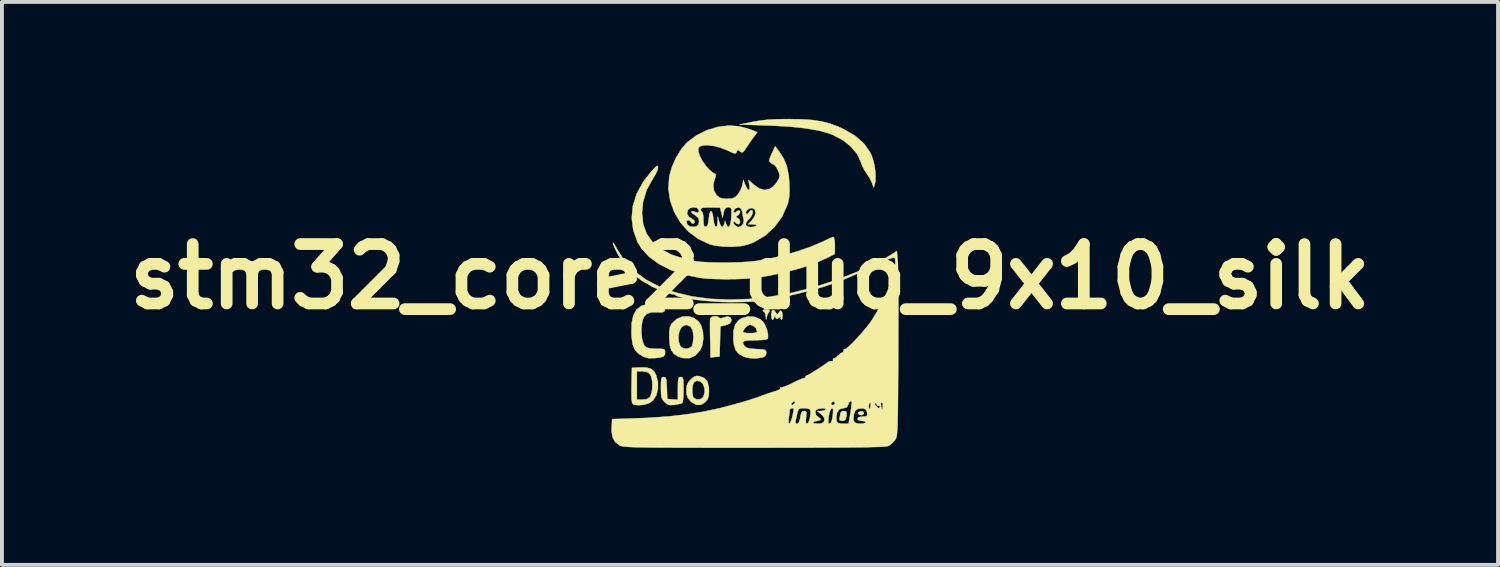
<source format=kicad_pcb>
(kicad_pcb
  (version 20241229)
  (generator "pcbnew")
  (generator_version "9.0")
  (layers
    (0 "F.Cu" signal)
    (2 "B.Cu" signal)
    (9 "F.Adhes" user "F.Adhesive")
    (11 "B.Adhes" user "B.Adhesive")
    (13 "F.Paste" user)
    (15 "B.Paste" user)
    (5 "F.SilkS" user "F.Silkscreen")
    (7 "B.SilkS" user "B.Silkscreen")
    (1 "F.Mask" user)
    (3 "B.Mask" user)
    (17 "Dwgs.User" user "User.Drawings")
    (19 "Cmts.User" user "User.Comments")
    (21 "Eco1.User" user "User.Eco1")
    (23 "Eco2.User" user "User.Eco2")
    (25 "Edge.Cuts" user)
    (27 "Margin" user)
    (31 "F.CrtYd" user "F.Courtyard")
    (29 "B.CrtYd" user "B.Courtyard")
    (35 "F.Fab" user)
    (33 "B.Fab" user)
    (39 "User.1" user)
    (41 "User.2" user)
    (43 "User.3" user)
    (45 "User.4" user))
  (footprint "stm32_core2_duo_9x10_silk"
    (layer "F.Cu")
    (at 16.191 4.046)
    (property "Reference" "stm32_core2_duo_9x10_silk" (at 0 0 0) (layer "F.SilkS") (effects (font (size 1.524 1.524) (thickness 0.3))))
    (attr through_hole)
    (fp_poly (pts (xy -2.116 -2.982) (xy -2.112 -2.926) (xy -2.119 -2.913) (xy -2.135 -2.924) (xy -2.138 -2.96) (xy -2.129 -2.999) (xy -2.116 -2.982)) (stroke (width 0.01) (type solid)) (fill yes) (layer "F.Mask"))
    (fp_poly (pts (xy 2.889 3.458) (xy 2.902 3.465) (xy 2.924 3.508) (xy 2.919 3.522) (xy 2.865 3.554) (xy 2.799 3.542) (xy 2.776 3.519) (xy 2.781 3.481) (xy 2.829 3.456) (xy 2.889 3.458)) (stroke (width 0.01) (type solid)) (fill yes) (layer "F.SilkS"))
    (fp_poly (pts (xy 2.461 3.456) (xy 2.479 3.496) (xy 2.474 3.574) (xy 2.456 3.661) (xy 2.417 3.696) (xy 2.369 3.701) (xy 2.304 3.691) (xy 2.293 3.647) (xy 2.299 3.619) (xy 2.317 3.535) (xy 2.322 3.493) (xy 2.353 3.457) (xy 2.406 3.447) (xy 2.461 3.456)) (stroke (width 0.01) (type solid)) (fill yes) (layer "F.SilkS"))
    (fp_poly (pts (xy 0.493 0.849) (xy 0.502 0.89) (xy 0.475 0.927) (xy 0.443 0.987) (xy 0.425 1.052) (xy 0.414 1.102) (xy 0.408 1.087) (xy 0.404 1.025) (xy 0.391 0.945) (xy 0.366 0.907) (xy 0.363 0.907) (xy 0.328 0.88) (xy 0.327 0.871) (xy 0.358 0.844) (xy 0.417 0.835) (xy 0.493 0.849)) (stroke (width 0.01) (type solid)) (fill yes) (layer "F.SilkS"))
    (fp_poly (pts (xy -0.834 1.022) (xy -0.791 1.055) (xy -0.756 1.074) (xy -0.682 1.05) (xy -0.576 1.023) (xy -0.503 1.046) (xy -0.477 1.113) (xy -0.478 1.133) (xy -0.51 1.196) (xy -0.594 1.237) (xy -0.625 1.245) (xy -0.76 1.277) (xy -0.78 2.05) (xy -0.896 2.061) (xy -1.012 2.073) (xy -1.023 1.603) (xy -1.026 1.422) (xy -1.027 1.263) (xy -1.026 1.143) (xy -1.023 1.078) (xy -1.022 1.075) (xy -0.984 1.035) (xy -0.91 1.016) (xy -0.834 1.022)) (stroke (width 0.01) (type solid)) (fill yes) (layer "F.SilkS"))
    (fp_poly (pts (xy 0.619 0.865) (xy 0.656 0.912) (xy 0.69 0.965) (xy 0.716 0.956) (xy 0.732 0.931) (xy 0.779 0.876) (xy 0.815 0.889) (xy 0.833 0.966) (xy 0.835 1) (xy 0.826 1.083) (xy 0.802 1.108) (xy 0.798 1.106) (xy 0.778 1.06) (xy 0.785 1.041) (xy 0.789 1.02) (xy 0.76 1.043) (xy 0.693 1.086) (xy 0.656 1.062) (xy 0.65 1.025) (xy 0.642 0.997) (xy 0.624 1.04) (xy 0.622 1.046) (xy 0.595 1.1) (xy 0.571 1.104) (xy 0.549 1.046) (xy 0.546 0.96) (xy 0.56 0.883) (xy 0.579 0.854) (xy 0.619 0.865)) (stroke (width 0.01) (type solid)) (fill yes) (layer "F.SilkS"))
    (fp_poly (pts (xy -2.651 2.333) (xy -2.533 2.368) (xy -2.453 2.443) (xy -2.41 2.524) (xy -2.362 2.703) (xy -2.362 2.883) (xy -2.405 3.046) (xy -2.487 3.175) (xy -2.592 3.249) (xy -2.726 3.288) (xy -2.863 3.3) (xy -2.974 3.285) (xy -3.004 3.271) (xy -3.024 3.237) (xy -3.037 3.16) (xy -3.042 3.031) (xy -3.041 2.841) (xy -3.04 2.791) (xy -3.032 2.431) (xy -2.903 2.431) (xy -2.903 3.157) (xy -2.76 3.157) (xy -2.645 3.143) (xy -2.573 3.093) (xy -2.56 3.076) (xy -2.522 2.976) (xy -2.505 2.837) (xy -2.509 2.69) (xy -2.535 2.563) (xy -2.56 2.512) (xy -2.627 2.453) (xy -2.73 2.432) (xy -2.76 2.431) (xy -2.903 2.431) (xy -3.032 2.431) (xy -3.03 2.34) (xy -2.822 2.33) (xy -2.651 2.333)) (stroke (width 0.01) (type solid)) (fill yes) (layer "F.SilkS"))
    (fp_poly (pts (xy 1.327 -4.036) (xy 1.6 -4.017) (xy 1.836 -3.981) (xy 2.05 -3.926) (xy 2.26 -3.848) (xy 2.413 -3.778) (xy 2.703 -3.607) (xy 2.929 -3.405) (xy 3.089 -3.174) (xy 3.109 -3.133) (xy 3.165 -2.973) (xy 3.204 -2.786) (xy 3.221 -2.598) (xy 3.215 -2.438) (xy 3.203 -2.383) (xy 3.173 -2.281) (xy 3.126 -2.41) (xy 3.068 -2.531) (xy 2.992 -2.644) (xy 2.99 -2.647) (xy 2.925 -2.748) (xy 2.865 -2.878) (xy 2.848 -2.929) (xy 2.749 -3.142) (xy 2.587 -3.337) (xy 2.372 -3.506) (xy 2.114 -3.641) (xy 2.014 -3.678) (xy 1.752 -3.749) (xy 1.421 -3.805) (xy 1.021 -3.847) (xy 0.555 -3.874) (xy 0.435 -3.878) (xy -0.272 -3.901) (xy 0.073 -3.971) (xy 0.266 -4.004) (xy 0.473 -4.026) (xy 0.714 -4.038) (xy 0.998 -4.041) (xy 1.327 -4.036)) (stroke (width 0.01) (type solid)) (fill yes) (layer "F.SilkS"))
    (fp_poly (pts (xy -1.743 2.582) (xy -1.722 2.607) (xy -1.711 2.667) (xy -1.706 2.775) (xy -1.705 2.901) (xy -1.709 3.047) (xy -1.718 3.164) (xy -1.732 3.234) (xy -1.739 3.246) (xy -1.793 3.263) (xy -1.889 3.282) (xy -1.935 3.289) (xy -2.045 3.297) (xy -2.117 3.279) (xy -2.186 3.224) (xy -2.192 3.217) (xy -2.241 3.161) (xy -2.269 3.1) (xy -2.282 3.012) (xy -2.286 2.877) (xy -2.286 2.85) (xy -2.284 2.71) (xy -2.276 2.628) (xy -2.259 2.589) (xy -2.227 2.577) (xy -2.215 2.576) (xy -2.179 2.584) (xy -2.156 2.615) (xy -2.143 2.686) (xy -2.135 2.811) (xy -2.133 2.857) (xy -2.123 3.139) (xy -1.987 3.15) (xy -1.851 3.161) (xy -1.851 2.869) (xy -1.849 2.723) (xy -1.842 2.636) (xy -1.826 2.592) (xy -1.798 2.577) (xy -1.778 2.576) (xy -1.743 2.582)) (stroke (width 0.01) (type solid)) (fill yes) (layer "F.SilkS"))
    (fp_poly (pts (xy -1.296 2.554) (xy -1.17 2.603) (xy -1.092 2.697) (xy -1.056 2.843) (xy -1.052 2.927) (xy -1.059 3.056) (xy -1.086 3.142) (xy -1.141 3.212) (xy -1.141 3.213) (xy -1.256 3.288) (xy -1.376 3.291) (xy -1.498 3.223) (xy -1.527 3.196) (xy -1.597 3.109) (xy -1.628 3.016) (xy -1.633 2.921) (xy -1.63 2.882) (xy -1.481 2.882) (xy -1.479 2.997) (xy -1.461 3.084) (xy -1.449 3.105) (xy -1.372 3.15) (xy -1.281 3.148) (xy -1.208 3.101) (xy -1.199 3.087) (xy -1.163 2.97) (xy -1.169 2.853) (xy -1.209 2.754) (xy -1.276 2.688) (xy -1.362 2.674) (xy -1.387 2.681) (xy -1.44 2.714) (xy -1.468 2.779) (xy -1.481 2.882) (xy -1.63 2.882) (xy -1.623 2.8) (xy -1.584 2.712) (xy -1.523 2.642) (xy -1.44 2.571) (xy -1.368 2.547) (xy -1.296 2.554)) (stroke (width 0.01) (type solid)) (fill yes) (layer "F.SilkS"))
    (fp_poly (pts (xy -1.432 1.064) (xy -1.311 1.161) (xy -1.257 1.247) (xy -1.208 1.412) (xy -1.198 1.596) (xy -1.226 1.77) (xy -1.28 1.89) (xy -1.406 2.026) (xy -1.553 2.093) (xy -1.72 2.09) (xy -1.839 2.052) (xy -1.948 1.986) (xy -2.019 1.893) (xy -2.058 1.76) (xy -2.072 1.57) (xy -2.072 1.563) (xy -2.072 1.529) (xy -1.837 1.529) (xy -1.831 1.66) (xy -1.792 1.775) (xy -1.771 1.805) (xy -1.697 1.845) (xy -1.601 1.847) (xy -1.517 1.812) (xy -1.489 1.78) (xy -1.467 1.703) (xy -1.453 1.588) (xy -1.451 1.532) (xy -1.471 1.378) (xy -1.529 1.28) (xy -1.619 1.241) (xy -1.685 1.248) (xy -1.76 1.301) (xy -1.812 1.402) (xy -1.837 1.529) (xy -2.072 1.529) (xy -2.07 1.408) (xy -2.055 1.303) (xy -2.022 1.227) (xy -2.005 1.202) (xy -1.881 1.087) (xy -1.734 1.026) (xy -1.578 1.019) (xy -1.432 1.064)) (stroke (width 0.01) (type solid)) (fill yes) (layer "F.SilkS"))
    (fp_poly (pts (xy -2.312 0.698) (xy -2.222 0.725) (xy -2.184 0.777) (xy -2.183 0.839) (xy -2.198 0.892) (xy -2.236 0.915) (xy -2.319 0.917) (xy -2.36 0.914) (xy -2.531 0.916) (xy -2.648 0.955) (xy -2.723 1.036) (xy -2.76 1.132) (xy -2.784 1.279) (xy -2.786 1.442) (xy -2.769 1.598) (xy -2.734 1.724) (xy -2.701 1.781) (xy -2.646 1.822) (xy -2.563 1.843) (xy -2.432 1.85) (xy -2.407 1.851) (xy -2.282 1.852) (xy -2.213 1.862) (xy -2.184 1.885) (xy -2.177 1.93) (xy -2.177 1.939) (xy -2.185 2.006) (xy -2.22 2.048) (xy -2.296 2.073) (xy -2.428 2.09) (xy -2.441 2.091) (xy -2.598 2.093) (xy -2.723 2.059) (xy -2.755 2.043) (xy -2.876 1.965) (xy -2.958 1.871) (xy -3.009 1.745) (xy -3.035 1.572) (xy -3.042 1.453) (xy -3.036 1.191) (xy -2.992 0.989) (xy -2.907 0.842) (xy -2.779 0.747) (xy -2.602 0.698) (xy -2.462 0.69) (xy -2.312 0.698)) (stroke (width 0.01) (type solid)) (fill yes) (layer "F.SilkS"))
    (fp_poly (pts (xy 0.109 1.031) (xy 0.257 1.091) (xy 0.329 1.152) (xy 0.388 1.244) (xy 0.435 1.363) (xy 0.461 1.482) (xy 0.461 1.575) (xy 0.452 1.599) (xy 0.409 1.614) (xy 0.311 1.626) (xy 0.177 1.632) (xy 0.125 1.633) (xy -0.039 1.637) (xy -0.139 1.651) (xy -0.181 1.681) (xy -0.174 1.73) (xy -0.136 1.788) (xy -0.084 1.825) (xy 0.015 1.847) (xy 0.163 1.858) (xy 0.296 1.865) (xy 0.372 1.877) (xy 0.407 1.899) (xy 0.417 1.938) (xy 0.417 1.958) (xy 0.393 2.036) (xy 0.327 2.072) (xy 0.166 2.097) (xy -0.006 2.092) (xy -0.151 2.059) (xy -0.163 2.054) (xy -0.289 1.981) (xy -0.368 1.886) (xy -0.412 1.751) (xy -0.429 1.599) (xy -0.425 1.423) (xy -0.181 1.423) (xy -0.149 1.439) (xy -0.065 1.45) (xy 0 1.451) (xy 0.116 1.445) (xy 0.172 1.424) (xy 0.181 1.4) (xy 0.151 1.322) (xy 0.078 1.258) (xy -0.001 1.234) (xy -0.067 1.262) (xy -0.135 1.327) (xy -0.178 1.401) (xy -0.181 1.423) (xy -0.425 1.423) (xy -0.424 1.389) (xy -0.38 1.233) (xy -0.292 1.12) (xy -0.211 1.067) (xy -0.055 1.022) (xy 0.109 1.031)) (stroke (width 0.01) (type solid)) (fill yes) (layer "F.SilkS"))
    (fp_poly (pts (xy -2.361 -2.806) (xy -2.36 -2.797) (xy -2.379 -2.72) (xy -2.431 -2.613) (xy -2.485 -2.525) (xy -2.651 -2.226) (xy -2.745 -1.912) (xy -2.771 -1.633) (xy -2.741 -1.347) (xy -2.651 -1.097) (xy -2.499 -0.884) (xy -2.285 -0.705) (xy -2.008 -0.561) (xy -1.668 -0.451) (xy -1.417 -0.398) (xy -1.253 -0.378) (xy -1.035 -0.366) (xy -0.785 -0.359) (xy -0.52 -0.36) (xy -0.26 -0.368) (xy -0.024 -0.382) (xy 0.149 -0.4) (xy 0.496 -0.46) (xy 0.861 -0.545) (xy 1.224 -0.65) (xy 1.563 -0.768) (xy 1.856 -0.892) (xy 1.914 -0.921) (xy 2.022 -0.972) (xy 2.106 -1.007) (xy 2.14 -1.016) (xy 2.16 -0.983) (xy 2.174 -0.893) (xy 2.177 -0.799) (xy 2.177 -0.582) (xy 1.968 -0.476) (xy 1.665 -0.344) (xy 1.307 -0.221) (xy 0.913 -0.113) (xy 0.499 -0.025) (xy 0.11 0.035) (xy -0.1 0.053) (xy -0.351 0.064) (xy -0.62 0.067) (xy -0.883 0.062) (xy -1.118 0.05) (xy -1.285 0.032) (xy -1.677 -0.048) (xy -2.03 -0.168) (xy -2.337 -0.323) (xy -2.591 -0.51) (xy -2.788 -0.725) (xy -2.885 -0.886) (xy -2.995 -1.189) (xy -3.035 -1.5) (xy -3.005 -1.815) (xy -2.907 -2.126) (xy -2.742 -2.43) (xy -2.533 -2.697) (xy -2.444 -2.792) (xy -2.392 -2.838) (xy -2.368 -2.841) (xy -2.361 -2.806)) (stroke (width 0.01) (type solid)) (fill yes) (layer "F.SilkS"))
    (fp_poly (pts (xy -0.3 -3.857) (xy -0.155 -3.824) (xy -0.016 -3.784) (xy 0.05 -3.76) (xy 0.188 -3.702) (xy 0.11 -3.602) (xy 0.044 -3.512) (xy -0.037 -3.395) (xy -0.081 -3.329) (xy -0.146 -3.233) (xy -0.188 -3.189) (xy -0.223 -3.188) (xy -0.256 -3.213) (xy -0.306 -3.251) (xy -0.331 -3.232) (xy -0.342 -3.202) (xy -0.358 -3.168) (xy -0.387 -3.159) (xy -0.445 -3.176) (xy -0.549 -3.223) (xy -0.586 -3.241) (xy -0.755 -3.307) (xy -0.927 -3.352) (xy -1.086 -3.372) (xy -1.215 -3.366) (xy -1.297 -3.331) (xy -1.303 -3.324) (xy -1.329 -3.277) (xy -1.327 -3.216) (xy -1.296 -3.117) (xy -1.287 -3.093) (xy -1.224 -2.97) (xy -1.134 -2.842) (xy -1.034 -2.732) (xy -0.94 -2.658) (xy -0.908 -2.643) (xy -0.874 -2.619) (xy -0.881 -2.568) (xy -0.898 -2.526) (xy -0.942 -2.366) (xy -0.929 -2.214) (xy -0.861 -2.092) (xy -0.854 -2.085) (xy -0.777 -2.026) (xy -0.681 -2) (xy -0.585 -1.996) (xy -0.468 -2.002) (xy -0.391 -2.03) (xy -0.324 -2.093) (xy -0.313 -2.106) (xy -0.244 -2.216) (xy -0.198 -2.337) (xy -0.196 -2.348) (xy -0.171 -2.48) (xy -0.118 -2.347) (xy -0.069 -2.249) (xy -0.03 -2.216) (xy -0.009 -2.245) (xy -0.015 -2.339) (xy -0.017 -2.347) (xy -0.042 -2.48) (xy 0.089 -2.365) (xy 0.235 -2.261) (xy 0.368 -2.222) (xy 0.498 -2.246) (xy 0.5 -2.246) (xy 0.59 -2.308) (xy 0.677 -2.405) (xy 0.741 -2.511) (xy 0.762 -2.591) (xy 0.746 -2.657) (xy 0.709 -2.742) (xy 0.664 -2.821) (xy 0.625 -2.865) (xy 0.618 -2.868) (xy 0.577 -2.888) (xy 0.535 -2.917) (xy 0.501 -2.95) (xy 0.493 -2.988) (xy 0.513 -3.054) (xy 0.558 -3.155) (xy 0.646 -3.343) (xy 0.739 -3.221) (xy 0.864 -3.028) (xy 0.946 -2.825) (xy 0.993 -2.589) (xy 1.009 -2.389) (xy 1.013 -2.187) (xy 1.003 -2.033) (xy 0.977 -1.902) (xy 0.96 -1.845) (xy 0.822 -1.537) (xy 0.626 -1.269) (xy 0.381 -1.047) (xy 0.093 -0.879) (xy -0.052 -0.822) (xy -0.234 -0.782) (xy -0.456 -0.765) (xy -0.691 -0.77) (xy -0.909 -0.798) (xy -1.042 -0.832) (xy -1.328 -0.966) (xy -1.578 -1.154) (xy -1.785 -1.388) (xy -1.795 -1.404) (xy -1.633 -1.404) (xy -1.602 -1.325) (xy -1.524 -1.28) (xy -1.416 -1.277) (xy -1.364 -1.292) (xy -1.319 -1.344) (xy -1.306 -1.418) (xy -1.326 -1.506) (xy -1.397 -1.568) (xy -1.416 -1.579) (xy -1.484 -1.626) (xy -1.507 -1.666) (xy -1.505 -1.67) (xy -1.461 -1.681) (xy -1.415 -1.661) (xy -1.344 -1.637) (xy -1.31 -1.666) (xy -1.319 -1.722) (xy -1.32 -1.723) (xy -1.27 -1.723) (xy -1.25 -1.675) (xy -1.234 -1.669) (xy -1.213 -1.637) (xy -1.2 -1.554) (xy -1.197 -1.494) (xy -1.193 -1.386) (xy -1.181 -1.311) (xy -1.172 -1.293) (xy -1.123 -1.275) (xy -1.086 -1.324) (xy -1.062 -1.433) (xy -1.059 -1.472) (xy -1.042 -1.604) (xy -1.015 -1.671) (xy -0.985 -1.671) (xy -0.958 -1.602) (xy -0.943 -1.499) (xy -0.924 -1.375) (xy -0.896 -1.298) (xy -0.867 -1.273) (xy -0.843 -1.307) (xy -0.831 -1.403) (xy -0.827 -1.542) (xy -0.791 -1.406) (xy -0.753 -1.307) (xy -0.713 -1.273) (xy -0.677 -1.307) (xy -0.662 -1.349) (xy -0.641 -1.428) (xy -0.611 -1.346) (xy -0.573 -1.279) (xy -0.536 -1.279) (xy -0.506 -1.34) (xy -0.485 -1.457) (xy -0.479 -1.536) (xy -0.475 -1.665) (xy -0.475 -1.666) (xy -0.426 -1.666) (xy -0.409 -1.637) (xy -0.363 -1.655) (xy -0.355 -1.662) (xy -0.294 -1.703) (xy -0.258 -1.682) (xy -0.254 -1.653) (xy -0.282 -1.593) (xy -0.318 -1.565) (xy -0.362 -1.534) (xy -0.341 -1.514) (xy -0.318 -1.504) (xy -0.27 -1.461) (xy -0.255 -1.4) (xy -0.276 -1.353) (xy -0.305 -1.343) (xy -0.362 -1.37) (xy -0.373 -1.388) (xy -0.404 -1.414) (xy -0.417 -1.407) (xy -0.423 -1.363) (xy -0.384 -1.312) (xy -0.321 -1.275) (xy -0.287 -1.27) (xy -0.219 -1.299) (xy -0.18 -1.345) (xy -0.158 -1.43) (xy -0.165 -1.481) (xy -0.186 -1.562) (xy -0.193 -1.633) (xy -0.109 -1.633) (xy -0.096 -1.608) (xy -0.058 -1.61) (xy -0.032 -1.642) (xy 0.013 -1.695) (xy 0.038 -1.705) (xy 0.071 -1.68) (xy 0.066 -1.618) (xy 0.028 -1.541) (xy -0.018 -1.488) (xy -0.095 -1.394) (xy -0.108 -1.323) (xy -0.058 -1.28) (xy 0.016 -1.27) (xy 0.106 -1.28) (xy 0.161 -1.303) (xy 0.163 -1.306) (xy 0.149 -1.332) (xy 0.077 -1.342) (xy 0.068 -1.343) (xy -0.05 -1.343) (xy 0.05 -1.447) (xy 0.12 -1.547) (xy 0.144 -1.643) (xy 0.125 -1.719) (xy 0.063 -1.758) (xy 0.04 -1.76) (xy -0.035 -1.739) (xy -0.091 -1.689) (xy -0.109 -1.633) (xy -0.193 -1.633) (xy -0.195 -1.651) (xy -0.225 -1.738) (xy -0.289 -1.776) (xy -0.366 -1.755) (xy -0.398 -1.724) (xy -0.426 -1.666) (xy -0.475 -1.666) (xy -0.48 -1.737) (xy -0.499 -1.769) (xy -0.538 -1.778) (xy -0.559 -1.778) (xy -0.622 -1.766) (xy -0.658 -1.716) (xy -0.676 -1.642) (xy -0.703 -1.506) (xy -0.768 -1.771) (xy -1.019 -1.774) (xy -1.156 -1.772) (xy -1.234 -1.761) (xy -1.267 -1.738) (xy -1.27 -1.723) (xy -1.32 -1.723) (xy -1.369 -1.767) (xy -1.453 -1.778) (xy -1.539 -1.758) (xy -1.595 -1.708) (xy -1.616 -1.611) (xy -1.568 -1.532) (xy -1.504 -1.493) (xy -1.43 -1.442) (xy -1.422 -1.39) (xy -1.452 -1.361) (xy -1.493 -1.368) (xy -1.51 -1.395) (xy -1.551 -1.441) (xy -1.602 -1.448) (xy -1.632 -1.414) (xy -1.633 -1.404) (xy -1.795 -1.404) (xy -1.944 -1.656) (xy -2.049 -1.949) (xy -2.094 -2.257) (xy -2.072 -2.568) (xy -2.072 -2.569) (xy -2.005 -2.807) (xy -1.899 -3.048) (xy -1.766 -3.267) (xy -1.619 -3.439) (xy -1.614 -3.444) (xy -1.376 -3.622) (xy -1.104 -3.757) (xy -0.815 -3.843) (xy -0.527 -3.875) (xy -0.3 -3.857)) (stroke (width 0.01) (type solid)) (fill yes) (layer "F.SilkS"))
    (fp_poly (pts (xy -3.505 -0.865) (xy -3.467 -0.808) (xy -3.412 -0.71) (xy -3.402 -0.69) (xy -3.211 -0.395) (xy -2.963 -0.137) (xy -2.662 0.083) (xy -2.313 0.263) (xy -1.92 0.405) (xy -1.488 0.508) (xy -1.022 0.57) (xy -0.526 0.592) (xy -0.006 0.573) (xy 0.535 0.513) (xy 1.091 0.412) (xy 1.658 0.268) (xy 2.231 0.081) (xy 2.74 -0.119) (xy 3.105 -0.283) (xy 3.407 -0.437) (xy 3.656 -0.584) (xy 3.671 -0.594) (xy 3.767 -0.657) (xy 3.791 -0.392) (xy 3.795 -0.307) (xy 3.798 -0.157) (xy 3.801 0.051) (xy 3.803 0.309) (xy 3.805 0.609) (xy 3.806 0.945) (xy 3.805 1.309) (xy 3.804 1.692) (xy 3.803 1.984) (xy 3.801 2.428) (xy 3.798 2.806) (xy 3.796 3.122) (xy 3.793 3.383) (xy 3.79 3.595) (xy 3.786 3.763) (xy 3.781 3.893) (xy 3.774 3.991) (xy 3.766 4.062) (xy 3.757 4.112) (xy 3.745 4.148) (xy 3.732 4.174) (xy 3.716 4.197) (xy 3.637 4.283) (xy 3.553 4.344) (xy 3.553 4.345) (xy 3.521 4.353) (xy 3.457 4.36) (xy 3.357 4.366) (xy 3.218 4.371) (xy 3.035 4.376) (xy 2.806 4.38) (xy 2.527 4.383) (xy 2.193 4.385) (xy 1.803 4.387) (xy 1.351 4.389) (xy 0.834 4.389) (xy 0.25 4.39) (xy 0.109 4.39) (xy -0.461 4.39) (xy -0.964 4.39) (xy -1.402 4.389) (xy -1.782 4.389) (xy -2.107 4.387) (xy -2.381 4.386) (xy -2.61 4.383) (xy -2.798 4.38) (xy -2.95 4.377) (xy -3.069 4.372) (xy -3.161 4.366) (xy -3.229 4.36) (xy -3.279 4.352) (xy -3.314 4.343) (xy -3.34 4.333) (xy -3.356 4.324) (xy -3.467 4.233) (xy -3.529 4.116) (xy -3.551 3.956) (xy -3.549 3.867) (xy -3.542 3.736) (xy 0.985 3.736) (xy 0.999 3.774) (xy 1.028 3.754) (xy 1.033 3.742) (xy 1.165 3.742) (xy 1.171 3.768) (xy 1.195 3.774) (xy 1.213 3.774) (xy 1.255 3.738) (xy 1.286 3.635) (xy 1.29 3.61) (xy 1.312 3.506) (xy 1.344 3.458) (xy 1.388 3.447) (xy 1.432 3.455) (xy 1.449 3.49) (xy 1.444 3.572) (xy 1.439 3.61) (xy 1.43 3.715) (xy 1.442 3.765) (xy 1.466 3.774) (xy 1.499 3.742) (xy 1.5 3.737) (xy 1.615 3.737) (xy 1.631 3.761) (xy 1.707 3.773) (xy 1.737 3.774) (xy 1.838 3.765) (xy 1.889 3.733) (xy 1.901 3.708) (xy 2.005 3.708) (xy 2.014 3.761) (xy 2.043 3.774) (xy 2.083 3.74) (xy 2.112 3.638) (xy 2.115 3.62) (xy 2.213 3.62) (xy 2.222 3.712) (xy 2.259 3.757) (xy 2.342 3.773) (xy 2.396 3.774) (xy 2.529 3.774) (xy 2.547 3.664) (xy 2.652 3.664) (xy 2.679 3.737) (xy 2.754 3.769) (xy 2.829 3.774) (xy 2.92 3.766) (xy 2.972 3.746) (xy 2.975 3.737) (xy 2.944 3.712) (xy 2.868 3.701) (xy 2.867 3.701) (xy 2.78 3.685) (xy 2.758 3.647) (xy 2.785 3.607) (xy 2.871 3.592) (xy 2.887 3.592) (xy 2.973 3.587) (xy 3.006 3.56) (xy 3.005 3.496) (xy 3.005 3.493) (xy 2.97 3.408) (xy 2.888 3.376) (xy 2.775 3.39) (xy 2.705 3.431) (xy 2.668 3.523) (xy 2.665 3.538) (xy 2.652 3.664) (xy 2.547 3.664) (xy 2.571 3.522) (xy 2.596 3.367) (xy 2.602 3.32) (xy 3.048 3.32) (xy 3.053 3.388) (xy 3.062 3.411) (xy 3.078 3.38) (xy 3.093 3.32) (xy 3.096 3.253) (xy 3.088 3.242) (xy 3.205 3.242) (xy 3.207 3.282) (xy 3.243 3.335) (xy 3.292 3.372) (xy 3.306 3.375) (xy 3.337 3.347) (xy 3.338 3.336) (xy 3.317 3.313) (xy 3.306 3.318) (xy 3.268 3.307) (xy 3.251 3.278) (xy 3.247 3.274) (xy 3.354 3.274) (xy 3.366 3.34) (xy 3.391 3.429) (xy 3.404 3.344) (xy 3.406 3.27) (xy 3.396 3.238) (xy 3.363 3.229) (xy 3.354 3.274) (xy 3.247 3.274) (xy 3.221 3.239) (xy 3.205 3.242) (xy 3.088 3.242) (xy 3.079 3.229) (xy 3.056 3.261) (xy 3.048 3.32) (xy 2.602 3.32) (xy 2.608 3.27) (xy 2.609 3.218) (xy 2.597 3.197) (xy 2.577 3.193) (xy 2.543 3.224) (xy 2.519 3.284) (xy 2.483 3.353) (xy 2.408 3.374) (xy 2.392 3.375) (xy 2.291 3.404) (xy 2.231 3.493) (xy 2.213 3.62) (xy 2.115 3.62) (xy 2.12 3.588) (xy 2.13 3.479) (xy 2.13 3.402) (xy 2.124 3.382) (xy 2.087 3.38) (xy 2.052 3.443) (xy 2.022 3.561) (xy 2.016 3.601) (xy 2.005 3.708) (xy 1.901 3.708) (xy 1.906 3.697) (xy 1.907 3.627) (xy 1.854 3.558) (xy 1.827 3.535) (xy 1.724 3.45) (xy 1.821 3.448) (xy 1.902 3.434) (xy 1.943 3.408) (xy 1.93 3.384) (xy 1.849 3.38) (xy 1.827 3.381) (xy 1.731 3.398) (xy 1.686 3.435) (xy 1.676 3.472) (xy 1.696 3.555) (xy 1.74 3.591) (xy 1.804 3.642) (xy 1.802 3.683) (xy 1.735 3.701) (xy 1.726 3.701) (xy 1.649 3.715) (xy 1.615 3.737) (xy 1.5 3.737) (xy 1.528 3.663) (xy 1.548 3.565) (xy 1.555 3.471) (xy 1.542 3.411) (xy 1.494 3.387) (xy 1.405 3.375) (xy 1.38 3.375) (xy 1.297 3.378) (xy 1.251 3.4) (xy 1.224 3.459) (xy 1.2 3.558) (xy 1.175 3.677) (xy 1.165 3.742) (xy 1.033 3.742) (xy 1.061 3.68) (xy 1.086 3.59) (xy 1.111 3.471) (xy 1.121 3.407) (xy 1.114 3.38) (xy 1.09 3.374) (xy 1.07 3.375) (xy 1.024 3.404) (xy 1.016 3.438) (xy 1.01 3.515) (xy 0.995 3.622) (xy 0.993 3.638) (xy 0.985 3.736) (xy -3.542 3.736) (xy -3.538 3.655) (xy -3.139 3.644) (xy -2.583 3.622) (xy -2.083 3.586) (xy -1.622 3.534) (xy -1.186 3.463) (xy -0.758 3.372) (xy -0.346 3.263) (xy 1.059 3.263) (xy 1.069 3.297) (xy 1.091 3.295) (xy 1.108 3.281) (xy 2.08 3.281) (xy 2.12 3.302) (xy 2.17 3.273) (xy 2.177 3.245) (xy 2.156 3.202) (xy 2.134 3.201) (xy 2.086 3.238) (xy 2.08 3.281) (xy 1.108 3.281) (xy 1.146 3.249) (xy 1.154 3.232) (xy 1.144 3.198) (xy 1.123 3.2) (xy 1.068 3.246) (xy 1.059 3.263) (xy -0.346 3.263) (xy -0.323 3.257) (xy -0.145 3.205) (xy 0.019 3.154) (xy 0.178 3.101) (xy 0.304 3.056) (xy 0.327 3.047) (xy 0.466 2.997) (xy 0.611 2.95) (xy 0.645 2.941) (xy 0.743 2.905) (xy 0.778 2.87) (xy 0.776 2.859) (xy 0.773 2.836) (xy 0.789 2.843) (xy 0.837 2.838) (xy 0.931 2.804) (xy 1.053 2.749) (xy 1.1 2.725) (xy 1.227 2.663) (xy 1.327 2.62) (xy 1.386 2.602) (xy 1.394 2.604) (xy 1.414 2.597) (xy 1.415 2.582) (xy 1.439 2.542) (xy 1.451 2.54) (xy 1.493 2.521) (xy 1.577 2.473) (xy 1.688 2.404) (xy 1.807 2.328) (xy 1.917 2.254) (xy 2.002 2.192) (xy 2.015 2.183) (xy 2.079 2.166) (xy 2.101 2.17) (xy 2.133 2.166) (xy 2.126 2.146) (xy 2.127 2.109) (xy 2.144 2.105) (xy 2.196 2.08) (xy 2.265 2.02) (xy 2.269 2.016) (xy 2.33 1.962) (xy 2.37 1.948) (xy 2.373 1.95) (xy 2.391 1.94) (xy 2.395 1.909) (xy 2.409 1.866) (xy 2.427 1.866) (xy 2.465 1.85) (xy 2.539 1.789) (xy 2.638 1.693) (xy 2.751 1.573) (xy 2.87 1.441) (xy 2.983 1.307) (xy 3.08 1.182) (xy 3.121 1.124) (xy 3.255 0.907) (xy 3.391 0.654) (xy 3.515 0.394) (xy 3.611 0.156) (xy 3.622 0.124) (xy 3.676 -0.057) (xy 3.712 -0.223) (xy 3.728 -0.361) (xy 3.723 -0.455) (xy 3.704 -0.488) (xy 3.658 -0.482) (xy 3.56 -0.448) (xy 3.425 -0.392) (xy 3.264 -0.318) (xy 3.219 -0.296) (xy 2.844 -0.117) (xy 2.512 0.03) (xy 2.202 0.152) (xy 1.897 0.257) (xy 1.576 0.35) (xy 1.221 0.439) (xy 1.161 0.454) (xy 0.838 0.526) (xy 0.563 0.579) (xy 0.314 0.616) (xy 0.069 0.639) (xy -0.193 0.651) (xy -0.486 0.655) (xy -0.702 0.651) (xy -0.93 0.638) (xy -1.161 0.619) (xy -1.38 0.595) (xy -1.577 0.567) (xy -1.739 0.537) (xy -1.855 0.506) (xy -1.913 0.477) (xy -1.917 0.471) (xy -1.951 0.45) (xy -1.961 0.454) (xy -2.004 0.449) (xy -2.094 0.422) (xy -2.212 0.38) (xy -2.339 0.331) (xy -2.455 0.282) (xy -2.541 0.242) (xy -2.576 0.219) (xy -2.62 0.19) (xy -2.685 0.158) (xy -2.787 0.096) (xy -2.917 -0.005) (xy -3.058 -0.131) (xy -3.172 -0.247) (xy -3.243 -0.338) (xy -3.323 -0.46) (xy -3.402 -0.595) (xy -3.467 -0.723) (xy -3.509 -0.825) (xy -3.519 -0.869) (xy -3.505 -0.865)) (stroke (width 0.01) (type solid)) (fill yes) (layer "F.SilkS"))
    (fp_poly (pts (xy 1.675 0.703) (xy 1.813 0.784) (xy 1.849 0.822) (xy 1.913 0.946) (xy 1.913 1.073) (xy 1.845 1.206) (xy 1.709 1.348) (xy 1.524 1.488) (xy 1.391 1.585) (xy 1.312 1.665) (xy 1.276 1.742) (xy 1.27 1.799) (xy 1.286 1.825) (xy 1.341 1.841) (xy 1.448 1.849) (xy 1.574 1.851) (xy 1.724 1.852) (xy 1.816 1.859) (xy 1.867 1.875) (xy 1.891 1.904) (xy 1.898 1.927) (xy 1.905 2.031) (xy 1.859 2.086) (xy 1.77 2.096) (xy 1.684 2.09) (xy 1.55 2.084) (xy 1.393 2.078) (xy 1.339 2.076) (xy 1.016 2.066) (xy 1.016 1.915) (xy 1.05 1.709) (xy 1.154 1.521) (xy 1.328 1.353) (xy 1.366 1.324) (xy 1.515 1.216) (xy 1.61 1.137) (xy 1.659 1.076) (xy 1.669 1.023) (xy 1.648 0.968) (xy 1.636 0.948) (xy 1.595 0.921) (xy 1.507 0.907) (xy 1.366 0.905) (xy 1.163 0.916) (xy 1.125 0.919) (xy 1.051 0.905) (xy 1.033 0.871) (xy 1.048 0.798) (xy 1.11 0.744) (xy 1.229 0.703) (xy 1.288 0.689) (xy 1.497 0.671) (xy 1.675 0.703)) (stroke (width 0.01) (type solid)) (fill yes) (layer "B.Paste")))
  (gr_rect
    (start -3 -3)
    (end 35.381 11.441)
    (stroke (width 0.1) (type default))
    (fill no)
    (layer "Edge.Cuts")))
</source>
